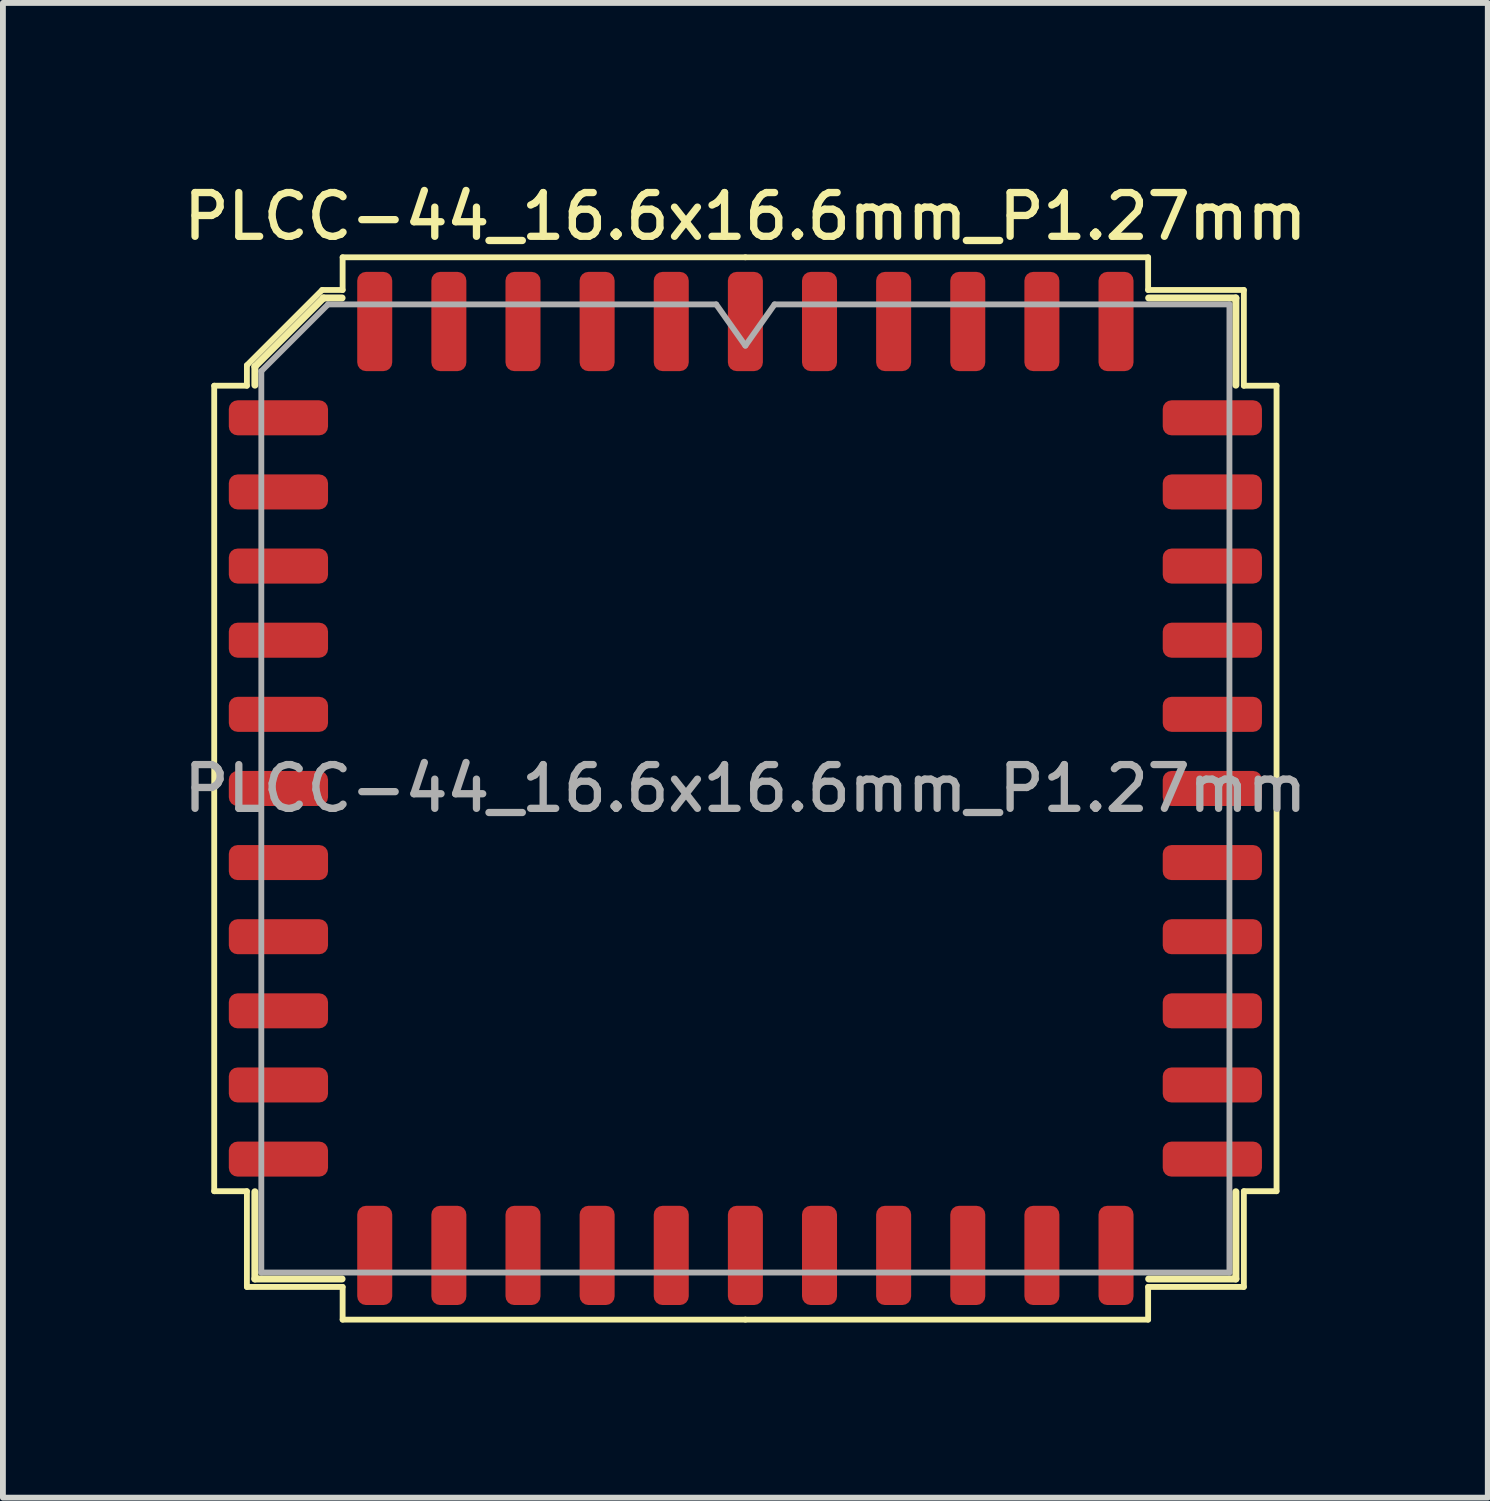
<source format=kicad_pcb>
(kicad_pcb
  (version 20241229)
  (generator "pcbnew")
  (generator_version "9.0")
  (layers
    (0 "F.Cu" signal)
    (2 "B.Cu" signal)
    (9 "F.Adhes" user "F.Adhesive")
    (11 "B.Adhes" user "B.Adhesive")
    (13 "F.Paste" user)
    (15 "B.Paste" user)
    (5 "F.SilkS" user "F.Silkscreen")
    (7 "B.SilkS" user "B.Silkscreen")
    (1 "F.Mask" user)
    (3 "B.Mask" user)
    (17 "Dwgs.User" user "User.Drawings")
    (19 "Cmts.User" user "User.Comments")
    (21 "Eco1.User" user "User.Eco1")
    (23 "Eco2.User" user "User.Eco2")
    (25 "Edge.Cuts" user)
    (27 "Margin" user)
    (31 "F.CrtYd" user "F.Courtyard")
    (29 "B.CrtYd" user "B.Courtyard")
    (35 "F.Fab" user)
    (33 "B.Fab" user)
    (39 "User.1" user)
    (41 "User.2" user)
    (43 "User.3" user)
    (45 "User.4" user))
  (footprint "PLCC-44_16.6x16.6mm_P1.27mm"
    (layer "F.Cu")
    (at 9.72 10.458)
    (property "Reference" "PLCC-44_16.6x16.6mm_P1.27mm" (at 0 -9.8 0) (layer "F.SilkS") (effects (font (size 0.75 0.75) (thickness 0.125))))
    (attr smd)
    (fp_line (start -9.1 -6.9) (end -9.1 0) (stroke (width 0.1) (type solid)) (layer "F.SilkS"))
    (fp_line (start -9.1 6.9) (end -9.1 0) (stroke (width 0.1) (type solid)) (layer "F.SilkS"))
    (fp_line (start -8.54 -7.25) (end -8.54 -6.9) (stroke (width 0.1) (type solid)) (layer "F.SilkS"))
    (fp_line (start -8.54 -6.9) (end -9.1 -6.9) (stroke (width 0.1) (type solid)) (layer "F.SilkS"))
    (fp_line (start -8.54 6.9) (end -9.1 6.9) (stroke (width 0.1) (type solid)) (layer "F.SilkS"))
    (fp_line (start -8.54 8.54) (end -8.54 6.9) (stroke (width 0.1) (type solid)) (layer "F.SilkS"))
    (fp_line (start -8.403 -7.228) (end -8.403 -6.91) (stroke (width 0.12) (type solid)) (layer "F.SilkS"))
    (fp_line (start -8.403 8.403) (end -8.403 6.91) (stroke (width 0.12) (type solid)) (layer "F.SilkS"))
    (fp_line (start -7.25 -8.54) (end -8.54 -7.25) (stroke (width 0.1) (type solid)) (layer "F.SilkS"))
    (fp_line (start -7.228 -8.403) (end -8.403 -7.228) (stroke (width 0.12) (type solid)) (layer "F.SilkS"))
    (fp_line (start -6.91 -8.403) (end -7.228 -8.403) (stroke (width 0.12) (type solid)) (layer "F.SilkS"))
    (fp_line (start -6.91 8.403) (end -8.403 8.403) (stroke (width 0.12) (type solid)) (layer "F.SilkS"))
    (fp_line (start -6.9 -9.1) (end -6.9 -8.54) (stroke (width 0.1) (type solid)) (layer "F.SilkS"))
    (fp_line (start -6.9 -8.54) (end -7.25 -8.54) (stroke (width 0.1) (type solid)) (layer "F.SilkS"))
    (fp_line (start -6.9 8.54) (end -8.54 8.54) (stroke (width 0.1) (type solid)) (layer "F.SilkS"))
    (fp_line (start -6.9 9.1) (end -6.9 8.54) (stroke (width 0.1) (type solid)) (layer "F.SilkS"))
    (fp_line (start 0 -9.1) (end -6.9 -9.1) (stroke (width 0.1) (type solid)) (layer "F.SilkS"))
    (fp_line (start 0 -9.1) (end 6.9 -9.1) (stroke (width 0.1) (type solid)) (layer "F.SilkS"))
    (fp_line (start 0 9.1) (end -6.9 9.1) (stroke (width 0.1) (type solid)) (layer "F.SilkS"))
    (fp_line (start 0 9.1) (end 6.9 9.1) (stroke (width 0.1) (type solid)) (layer "F.SilkS"))
    (fp_line (start 6.9 -9.1) (end 6.9 -8.54) (stroke (width 0.1) (type solid)) (layer "F.SilkS"))
    (fp_line (start 6.9 -8.54) (end 8.54 -8.54) (stroke (width 0.1) (type solid)) (layer "F.SilkS"))
    (fp_line (start 6.9 8.54) (end 8.54 8.54) (stroke (width 0.1) (type solid)) (layer "F.SilkS"))
    (fp_line (start 6.9 9.1) (end 6.9 8.54) (stroke (width 0.1) (type solid)) (layer "F.SilkS"))
    (fp_line (start 6.91 -8.403) (end 8.403 -8.403) (stroke (width 0.12) (type solid)) (layer "F.SilkS"))
    (fp_line (start 6.91 8.403) (end 8.403 8.403) (stroke (width 0.12) (type solid)) (layer "F.SilkS"))
    (fp_line (start 8.403 -8.403) (end 8.403 -6.91) (stroke (width 0.12) (type solid)) (layer "F.SilkS"))
    (fp_line (start 8.403 8.403) (end 8.403 6.91) (stroke (width 0.12) (type solid)) (layer "F.SilkS"))
    (fp_line (start 8.54 -8.54) (end 8.54 -6.9) (stroke (width 0.1) (type solid)) (layer "F.SilkS"))
    (fp_line (start 8.54 -6.9) (end 9.1 -6.9) (stroke (width 0.1) (type solid)) (layer "F.SilkS"))
    (fp_line (start 8.54 6.9) (end 9.1 6.9) (stroke (width 0.1) (type solid)) (layer "F.SilkS"))
    (fp_line (start 8.54 8.54) (end 8.54 6.9) (stroke (width 0.1) (type solid)) (layer "F.SilkS"))
    (fp_line (start 9.1 -6.9) (end 9.1 0) (stroke (width 0.1) (type solid)) (layer "F.SilkS"))
    (fp_line (start 9.1 6.9) (end 9.1 0) (stroke (width 0.1) (type solid)) (layer "F.SilkS"))
    (fp_line (start -8.293 -7.15) (end -7.15 -8.293) (stroke (width 0.1) (type solid)) (layer "F.Fab"))
    (fp_line (start -8.293 8.293) (end -8.293 -7.15) (stroke (width 0.1) (type solid)) (layer "F.Fab"))
    (fp_line (start -7.15 -8.293) (end -0.5 -8.293) (stroke (width 0.1) (type solid)) (layer "F.Fab"))
    (fp_line (start -0.5 -8.293) (end 0 -7.586) (stroke (width 0.1) (type solid)) (layer "F.Fab"))
    (fp_line (start 0 -7.586) (end 0.5 -8.293) (stroke (width 0.1) (type solid)) (layer "F.Fab"))
    (fp_line (start 0.5 -8.293) (end 8.293 -8.293) (stroke (width 0.1) (type solid)) (layer "F.Fab"))
    (fp_line (start 8.293 -8.293) (end 8.293 8.293) (stroke (width 0.1) (type solid)) (layer "F.Fab"))
    (fp_line (start 8.293 8.293) (end -8.293 8.293) (stroke (width 0.1) (type solid)) (layer "F.Fab"))
    (fp_text user "${REFERENCE}" (at 0 0 0) (layer "F.Fab") (effects (font (size 0.75 0.75) (thickness 0.125))))
    (pad "1" smd roundrect (at 0 -8) (size 0.6 1.7) (layers "F.Cu" "F.Mask" "F.Paste") (roundrect_rratio 0.25))
    (pad "2" smd roundrect (at -1.27 -8) (size 0.6 1.7) (layers "F.Cu" "F.Mask" "F.Paste") (roundrect_rratio 0.25))
    (pad "3" smd roundrect (at -2.54 -8) (size 0.6 1.7) (layers "F.Cu" "F.Mask" "F.Paste") (roundrect_rratio 0.25))
    (pad "4" smd roundrect (at -3.81 -8) (size 0.6 1.7) (layers "F.Cu" "F.Mask" "F.Paste") (roundrect_rratio 0.25))
    (pad "5" smd roundrect (at -5.08 -8) (size 0.6 1.7) (layers "F.Cu" "F.Mask" "F.Paste") (roundrect_rratio 0.25))
    (pad "6" smd roundrect (at -6.35 -8) (size 0.6 1.7) (layers "F.Cu" "F.Mask" "F.Paste") (roundrect_rratio 0.25))
    (pad "7" smd roundrect (at -8 -6.35) (size 1.7 0.6) (layers "F.Cu" "F.Mask" "F.Paste") (roundrect_rratio 0.25))
    (pad "8" smd roundrect (at -8 -5.08) (size 1.7 0.6) (layers "F.Cu" "F.Mask" "F.Paste") (roundrect_rratio 0.25))
    (pad "9" smd roundrect (at -8 -3.81) (size 1.7 0.6) (layers "F.Cu" "F.Mask" "F.Paste") (roundrect_rratio 0.25))
    (pad "10" smd roundrect (at -8 -2.54) (size 1.7 0.6) (layers "F.Cu" "F.Mask" "F.Paste") (roundrect_rratio 0.25))
    (pad "11" smd roundrect (at -8 -1.27) (size 1.7 0.6) (layers "F.Cu" "F.Mask" "F.Paste") (roundrect_rratio 0.25))
    (pad "12" smd roundrect (at -8 0) (size 1.7 0.6) (layers "F.Cu" "F.Mask" "F.Paste") (roundrect_rratio 0.25))
    (pad "13" smd roundrect (at -8 1.27) (size 1.7 0.6) (layers "F.Cu" "F.Mask" "F.Paste") (roundrect_rratio 0.25))
    (pad "14" smd roundrect (at -8 2.54) (size 1.7 0.6) (layers "F.Cu" "F.Mask" "F.Paste") (roundrect_rratio 0.25))
    (pad "15" smd roundrect (at -8 3.81) (size 1.7 0.6) (layers "F.Cu" "F.Mask" "F.Paste") (roundrect_rratio 0.25))
    (pad "16" smd roundrect (at -8 5.08) (size 1.7 0.6) (layers "F.Cu" "F.Mask" "F.Paste") (roundrect_rratio 0.25))
    (pad "17" smd roundrect (at -8 6.35) (size 1.7 0.6) (layers "F.Cu" "F.Mask" "F.Paste") (roundrect_rratio 0.25))
    (pad "18" smd roundrect (at -6.35 8) (size 0.6 1.7) (layers "F.Cu" "F.Mask" "F.Paste") (roundrect_rratio 0.25))
    (pad "19" smd roundrect (at -5.08 8) (size 0.6 1.7) (layers "F.Cu" "F.Mask" "F.Paste") (roundrect_rratio 0.25))
    (pad "20" smd roundrect (at -3.81 8) (size 0.6 1.7) (layers "F.Cu" "F.Mask" "F.Paste") (roundrect_rratio 0.25))
    (pad "21" smd roundrect (at -2.54 8) (size 0.6 1.7) (layers "F.Cu" "F.Mask" "F.Paste") (roundrect_rratio 0.25))
    (pad "22" smd roundrect (at -1.27 8) (size 0.6 1.7) (layers "F.Cu" "F.Mask" "F.Paste") (roundrect_rratio 0.25))
    (pad "23" smd roundrect (at 0 8) (size 0.6 1.7) (layers "F.Cu" "F.Mask" "F.Paste") (roundrect_rratio 0.25))
    (pad "24" smd roundrect (at 1.27 8) (size 0.6 1.7) (layers "F.Cu" "F.Mask" "F.Paste") (roundrect_rratio 0.25))
    (pad "25" smd roundrect (at 2.54 8) (size 0.6 1.7) (layers "F.Cu" "F.Mask" "F.Paste") (roundrect_rratio 0.25))
    (pad "26" smd roundrect (at 3.81 8) (size 0.6 1.7) (layers "F.Cu" "F.Mask" "F.Paste") (roundrect_rratio 0.25))
    (pad "27" smd roundrect (at 5.08 8) (size 0.6 1.7) (layers "F.Cu" "F.Mask" "F.Paste") (roundrect_rratio 0.25))
    (pad "28" smd roundrect (at 6.35 8) (size 0.6 1.7) (layers "F.Cu" "F.Mask" "F.Paste") (roundrect_rratio 0.25))
    (pad "29" smd roundrect (at 8 6.35) (size 1.7 0.6) (layers "F.Cu" "F.Mask" "F.Paste") (roundrect_rratio 0.25))
    (pad "30" smd roundrect (at 8 5.08) (size 1.7 0.6) (layers "F.Cu" "F.Mask" "F.Paste") (roundrect_rratio 0.25))
    (pad "31" smd roundrect (at 8 3.81) (size 1.7 0.6) (layers "F.Cu" "F.Mask" "F.Paste") (roundrect_rratio 0.25))
    (pad "32" smd roundrect (at 8 2.54) (size 1.7 0.6) (layers "F.Cu" "F.Mask" "F.Paste") (roundrect_rratio 0.25))
    (pad "33" smd roundrect (at 8 1.27) (size 1.7 0.6) (layers "F.Cu" "F.Mask" "F.Paste") (roundrect_rratio 0.25))
    (pad "34" smd roundrect (at 8 0) (size 1.7 0.6) (layers "F.Cu" "F.Mask" "F.Paste") (roundrect_rratio 0.25))
    (pad "35" smd roundrect (at 8 -1.27) (size 1.7 0.6) (layers "F.Cu" "F.Mask" "F.Paste") (roundrect_rratio 0.25))
    (pad "36" smd roundrect (at 8 -2.54) (size 1.7 0.6) (layers "F.Cu" "F.Mask" "F.Paste") (roundrect_rratio 0.25))
    (pad "37" smd roundrect (at 8 -3.81) (size 1.7 0.6) (layers "F.Cu" "F.Mask" "F.Paste") (roundrect_rratio 0.25))
    (pad "38" smd roundrect (at 8 -5.08) (size 1.7 0.6) (layers "F.Cu" "F.Mask" "F.Paste") (roundrect_rratio 0.25))
    (pad "39" smd roundrect (at 8 -6.35) (size 1.7 0.6) (layers "F.Cu" "F.Mask" "F.Paste") (roundrect_rratio 0.25))
    (pad "40" smd roundrect (at 6.35 -8) (size 0.6 1.7) (layers "F.Cu" "F.Mask" "F.Paste") (roundrect_rratio 0.25))
    (pad "41" smd roundrect (at 5.08 -8) (size 0.6 1.7) (layers "F.Cu" "F.Mask" "F.Paste") (roundrect_rratio 0.25))
    (pad "42" smd roundrect (at 3.81 -8) (size 0.6 1.7) (layers "F.Cu" "F.Mask" "F.Paste") (roundrect_rratio 0.25))
    (pad "43" smd roundrect (at 2.54 -8) (size 0.6 1.7) (layers "F.Cu" "F.Mask" "F.Paste") (roundrect_rratio 0.25))
    (pad "44" smd roundrect (at 1.27 -8) (size 0.6 1.7) (layers "F.Cu" "F.Mask" "F.Paste") (roundrect_rratio 0.25)))
  (gr_rect
    (start -3 -3)
    (end 22.439 22.608)
    (stroke (width 0.1) (type default))
    (fill no)
    (layer "Edge.Cuts")))
</source>
